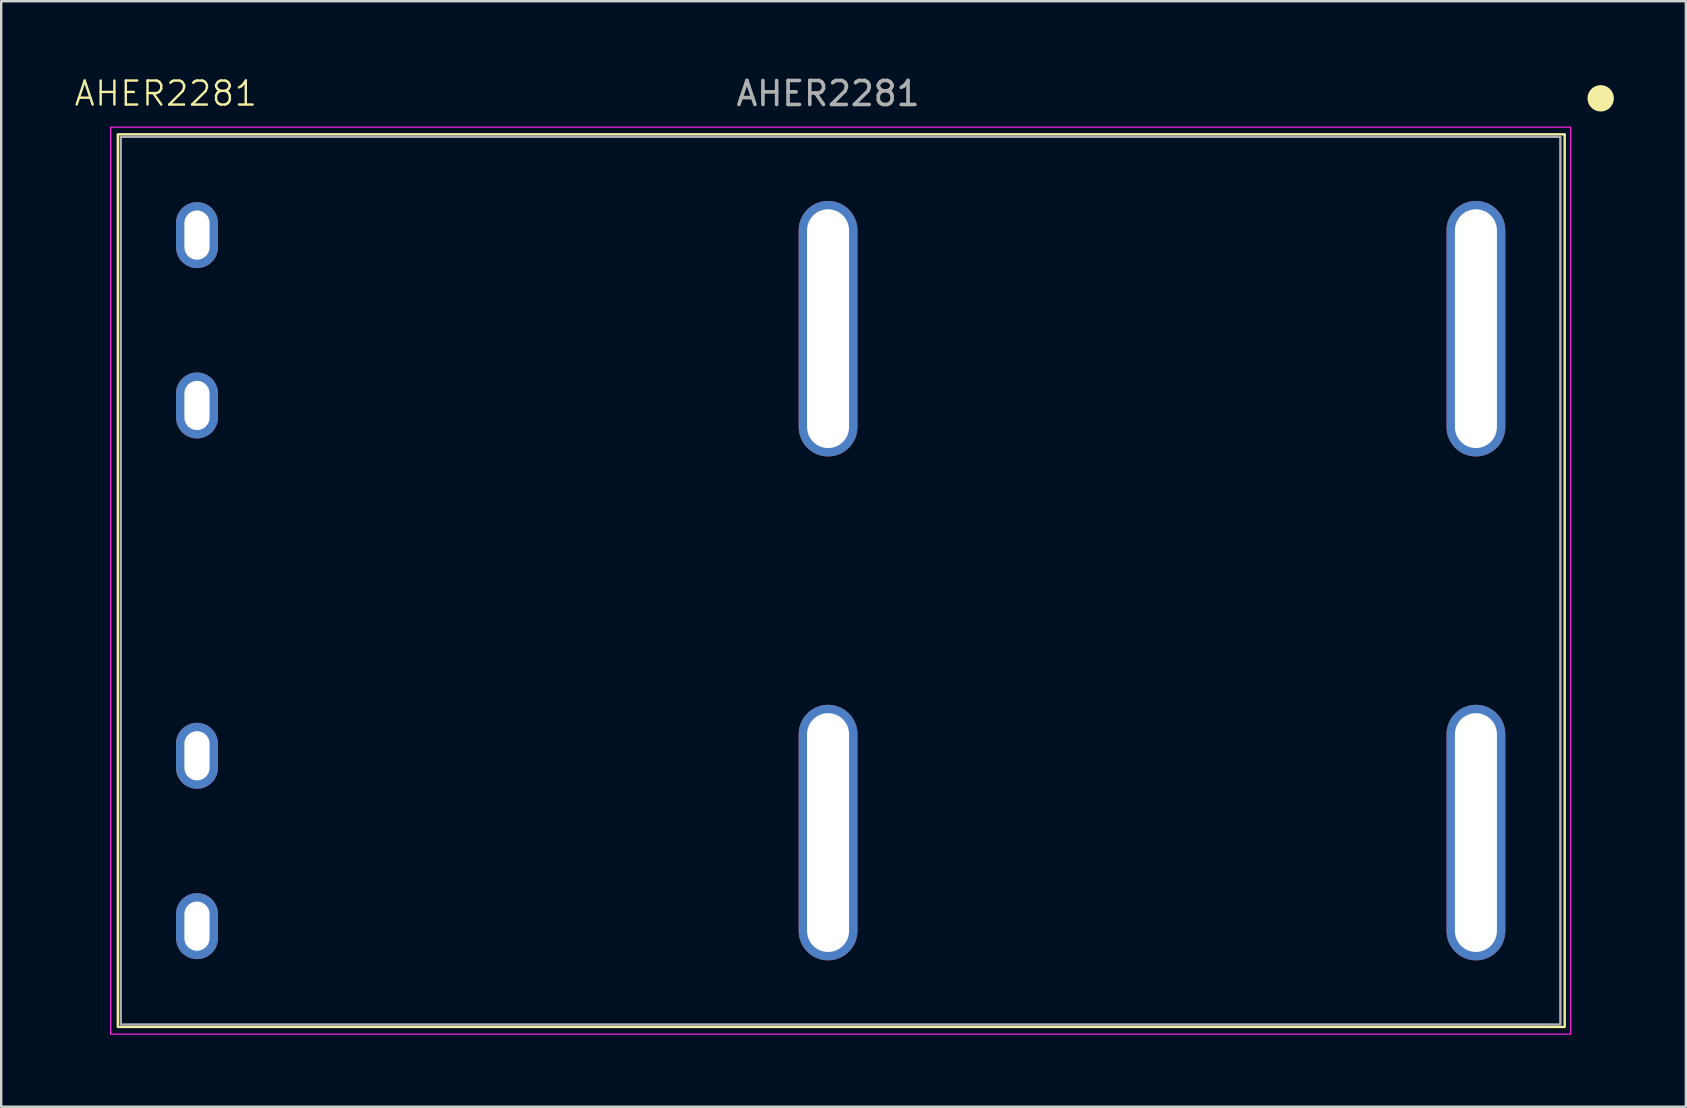
<source format=kicad_pcb>
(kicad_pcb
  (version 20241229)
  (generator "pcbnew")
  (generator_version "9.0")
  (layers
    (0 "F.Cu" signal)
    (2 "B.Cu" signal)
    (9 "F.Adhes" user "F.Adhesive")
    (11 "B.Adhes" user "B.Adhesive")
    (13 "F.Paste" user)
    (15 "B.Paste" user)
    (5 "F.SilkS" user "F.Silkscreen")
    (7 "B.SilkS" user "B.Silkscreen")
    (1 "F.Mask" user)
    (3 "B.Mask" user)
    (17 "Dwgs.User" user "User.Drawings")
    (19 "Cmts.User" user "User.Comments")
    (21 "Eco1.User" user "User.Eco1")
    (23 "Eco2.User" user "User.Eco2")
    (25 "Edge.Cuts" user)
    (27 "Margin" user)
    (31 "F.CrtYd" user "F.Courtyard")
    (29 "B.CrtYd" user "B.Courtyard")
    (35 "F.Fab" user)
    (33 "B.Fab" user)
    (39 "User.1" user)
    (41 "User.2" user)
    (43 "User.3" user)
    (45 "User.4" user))
  (footprint "AHER2281"
    (layer "F.Cu")
    (at 31.46 21.148)
    (property "Reference" "AHER2281" (at -27.6 -20.3 0) (unlocked yes) (layer "F.SilkS") (effects (font (size 1 1) (thickness 0.1))))
    (attr through_hole)
    (fp_rect (start -29.6 -18.6) (end 30.7 18.6) (stroke (width 0.1) (type default)) (fill no) (layer "F.SilkS"))
    (fp_circle (center 32.2 -20.1) (end 32.7 -20.1) (stroke (width 0.1) (type solid)) (fill yes) (layer "F.SilkS"))
    (fp_rect (start -29.9 -18.9) (end 30.95 18.9) (stroke (width 0.05) (type default)) (fill no) (layer "F.CrtYd"))
    (fp_rect (start -29.48 18.5) (end 30.52 -18.5) (stroke (width 0.1) (type default)) (fill no) (layer "F.Fab"))
    (fp_text user "${REFERENCE}" (at 0 -20.3 0) (unlocked yes) (layer "F.Fab") (effects (font (size 1 1) (thickness 0.15))))
    (pad "1" thru_hole oval (at 27 -10.5) (size 2.45 10.65) (drill oval 1.75 9.95) (layers "*.Cu" "*.Mask"))
    (pad "3" thru_hole oval (at 0 -10.5) (size 2.45 10.65) (drill oval 1.75 9.95) (layers "*.Cu" "*.Mask"))
    (pad "5" thru_hole oval (at -26.3 -14.4) (size 1.75 2.75) (drill oval 1.05 2.05) (layers "*.Cu" "*.Mask"))
    (pad "6" thru_hole oval (at -26.3 -7.3) (size 1.75 2.75) (drill oval 1.05 2.05) (layers "*.Cu" "*.Mask"))
    (pad "7" thru_hole oval (at -26.3 7.3) (size 1.75 2.75) (drill oval 1.05 2.05) (layers "*.Cu" "*.Mask"))
    (pad "8" thru_hole oval (at -26.3 14.4) (size 1.75 2.75) (drill oval 1.05 2.05) (layers "*.Cu" "*.Mask"))
    (pad "10" thru_hole oval (at 0 10.5) (size 2.45 10.65) (drill oval 1.75 9.95) (layers "*.Cu" "*.Mask"))
    (pad "12" thru_hole oval (at 27 10.5) (size 2.45 10.65) (drill oval 1.75 9.95) (layers "*.Cu" "*.Mask")))
  (gr_rect
    (start -3 -3)
    (end 67.21 43.073)
    (stroke (width 0.1) (type default))
    (fill no)
    (layer "Edge.Cuts")))
</source>
